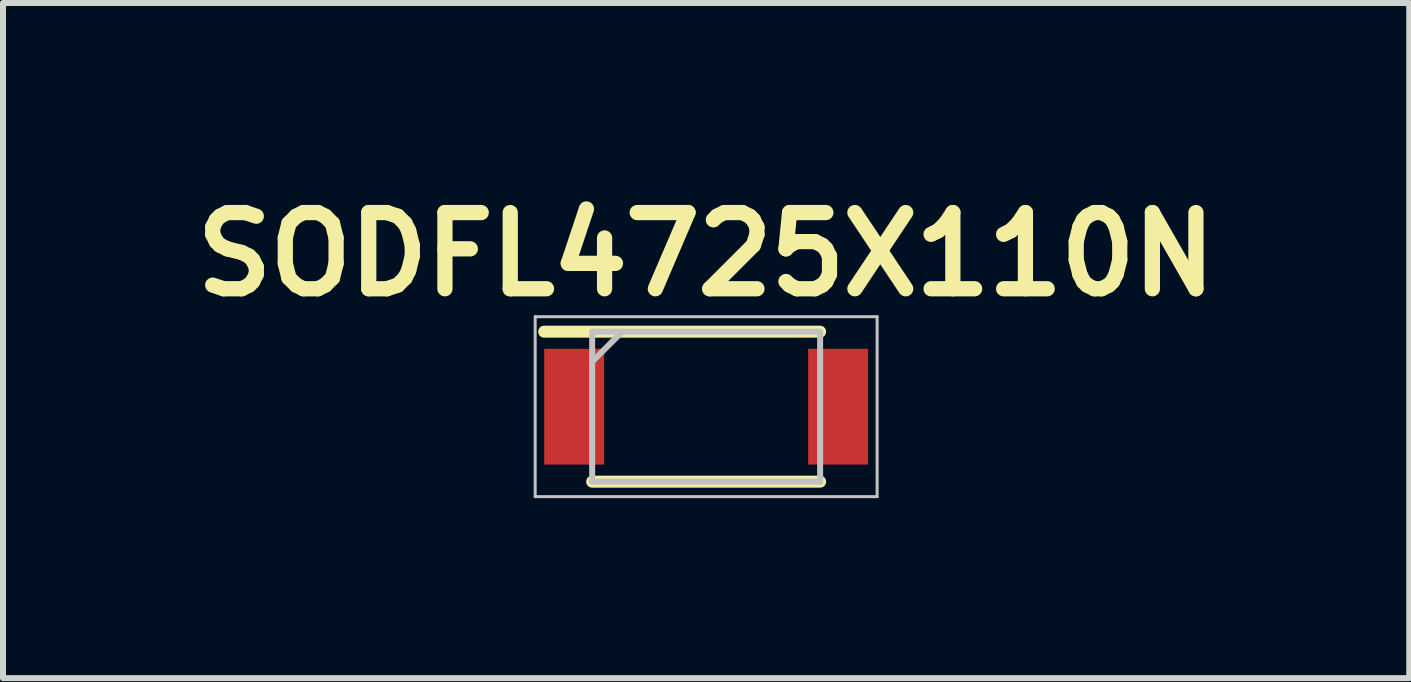
<source format=kicad_pcb>
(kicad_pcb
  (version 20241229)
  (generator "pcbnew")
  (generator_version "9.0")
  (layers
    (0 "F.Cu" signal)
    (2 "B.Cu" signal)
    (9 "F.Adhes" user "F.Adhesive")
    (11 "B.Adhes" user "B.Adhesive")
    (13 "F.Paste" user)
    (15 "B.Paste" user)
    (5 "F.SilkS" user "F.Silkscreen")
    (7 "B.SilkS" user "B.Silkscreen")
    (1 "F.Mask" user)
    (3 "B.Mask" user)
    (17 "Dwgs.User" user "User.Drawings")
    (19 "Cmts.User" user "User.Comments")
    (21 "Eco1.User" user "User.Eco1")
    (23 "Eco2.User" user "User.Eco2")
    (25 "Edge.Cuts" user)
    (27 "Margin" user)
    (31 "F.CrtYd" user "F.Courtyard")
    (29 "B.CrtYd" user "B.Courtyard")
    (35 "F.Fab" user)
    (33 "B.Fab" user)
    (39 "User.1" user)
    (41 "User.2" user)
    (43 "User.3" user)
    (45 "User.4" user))
  (footprint "SODFL4725X110N"
    (layer "F.Cu")
    (at 8.721 3.729)
    (property "Reference" "SODFL4725X110N" (at 0 -2.54 0) (layer "F.SilkS") (effects (font (size 1.27 1.27) (thickness 0.254))))
    (attr smd)
    (fp_line (start -2.7 -1.25) (end 1.9 -1.25) (stroke (width 0.2) (type solid)) (layer "F.SilkS"))
    (fp_line (start -1.9 1.25) (end 1.9 1.25) (stroke (width 0.2) (type solid)) (layer "F.SilkS"))
    (fp_line (start -2.85 -1.5) (end 2.85 -1.5) (stroke (width 0.05) (type solid)) (layer "Dwgs.User"))
    (fp_line (start -2.85 1.5) (end -2.85 -1.5) (stroke (width 0.05) (type solid)) (layer "Dwgs.User"))
    (fp_line (start -1.9 -1.25) (end 1.9 -1.25) (stroke (width 0.1) (type solid)) (layer "Dwgs.User"))
    (fp_line (start -1.9 -0.75) (end -1.4 -1.25) (stroke (width 0.1) (type solid)) (layer "Dwgs.User"))
    (fp_line (start -1.9 1.25) (end -1.9 -1.25) (stroke (width 0.1) (type solid)) (layer "Dwgs.User"))
    (fp_line (start 1.9 -1.25) (end 1.9 1.25) (stroke (width 0.1) (type solid)) (layer "Dwgs.User"))
    (fp_line (start 1.9 1.25) (end -1.9 1.25) (stroke (width 0.1) (type solid)) (layer "Dwgs.User"))
    (fp_line (start 2.85 -1.5) (end 2.85 1.5) (stroke (width 0.05) (type solid)) (layer "Dwgs.User"))
    (fp_line (start 2.85 1.5) (end -2.85 1.5) (stroke (width 0.05) (type solid)) (layer "Dwgs.User"))
    (pad "1" smd rect (at -2.2 0 90) (size 1.93 1) (layers "F.Cu" "F.Mask" "F.Paste"))
    (pad "2" smd rect (at 2.2 0 90) (size 1.93 1) (layers "F.Cu" "F.Mask" "F.Paste")))
  (gr_rect
    (start -3 -3)
    (end 20.441 8.254)
    (stroke (width 0.1) (type default))
    (fill no)
    (layer "Edge.Cuts")))
</source>
